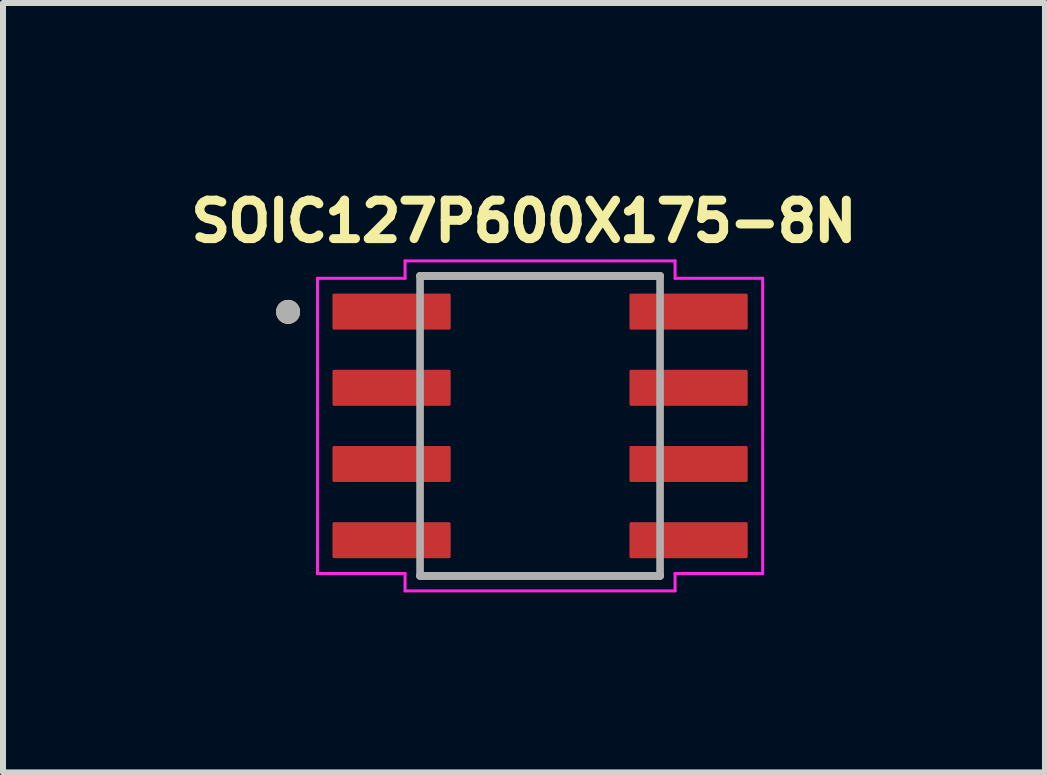
<source format=kicad_pcb>
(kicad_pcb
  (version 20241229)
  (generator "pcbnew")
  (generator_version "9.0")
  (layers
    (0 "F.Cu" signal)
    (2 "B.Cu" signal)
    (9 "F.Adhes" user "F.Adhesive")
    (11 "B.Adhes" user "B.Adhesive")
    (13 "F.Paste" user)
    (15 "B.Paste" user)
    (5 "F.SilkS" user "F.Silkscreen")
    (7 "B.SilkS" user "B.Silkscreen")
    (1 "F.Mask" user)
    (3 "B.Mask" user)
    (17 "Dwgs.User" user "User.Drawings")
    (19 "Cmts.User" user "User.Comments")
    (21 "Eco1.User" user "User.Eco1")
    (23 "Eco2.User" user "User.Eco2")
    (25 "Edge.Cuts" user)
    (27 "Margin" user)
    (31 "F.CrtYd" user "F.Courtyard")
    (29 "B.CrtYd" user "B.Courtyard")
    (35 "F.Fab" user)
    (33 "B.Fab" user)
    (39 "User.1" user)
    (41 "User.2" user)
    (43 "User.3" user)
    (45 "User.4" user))
  (footprint "SOIC127P600X175-8N"
    (layer "F.Cu")
    (at 5.951 4.048)
    (property "Reference" "SOIC127P600X175-8N" (at -0.268 -3.41 0) (layer "F.SilkS") (effects (font (size 0.641 0.641) (thickness 0.15))))
    (attr smd)
    (fp_line (start -2 -2.5) (end 2 -2.5) (stroke (width 0.127) (type solid)) (layer "F.SilkS"))
    (fp_line (start -2 2.5) (end 2 2.5) (stroke (width 0.127) (type solid)) (layer "F.SilkS"))
    (fp_circle (center -4.2 -1.9) (end -4.1 -1.9) (stroke (width 0.2) (type solid)) (fill no) (layer "F.SilkS"))
    (fp_line (start -3.71 -2.46) (end -2.25 -2.46) (stroke (width 0.05) (type solid)) (layer "F.CrtYd"))
    (fp_line (start -3.71 2.46) (end -3.71 -2.46) (stroke (width 0.05) (type solid)) (layer "F.CrtYd"))
    (fp_line (start -2.25 -2.75) (end 2.25 -2.75) (stroke (width 0.05) (type solid)) (layer "F.CrtYd"))
    (fp_line (start -2.25 -2.46) (end -2.25 -2.75) (stroke (width 0.05) (type solid)) (layer "F.CrtYd"))
    (fp_line (start -2.25 2.46) (end -3.71 2.46) (stroke (width 0.05) (type solid)) (layer "F.CrtYd"))
    (fp_line (start -2.25 2.75) (end -2.25 2.46) (stroke (width 0.05) (type solid)) (layer "F.CrtYd"))
    (fp_line (start 2.25 -2.75) (end 2.25 -2.46) (stroke (width 0.05) (type solid)) (layer "F.CrtYd"))
    (fp_line (start 2.25 -2.46) (end 3.71 -2.46) (stroke (width 0.05) (type solid)) (layer "F.CrtYd"))
    (fp_line (start 2.25 2.46) (end 2.25 2.75) (stroke (width 0.05) (type solid)) (layer "F.CrtYd"))
    (fp_line (start 2.25 2.75) (end -2.25 2.75) (stroke (width 0.05) (type solid)) (layer "F.CrtYd"))
    (fp_line (start 3.71 -2.46) (end 3.71 2.46) (stroke (width 0.05) (type solid)) (layer "F.CrtYd"))
    (fp_line (start 3.71 2.46) (end 2.25 2.46) (stroke (width 0.05) (type solid)) (layer "F.CrtYd"))
    (fp_line (start -2 -2.5) (end 2 -2.5) (stroke (width 0.127) (type solid)) (layer "F.Fab"))
    (fp_line (start -2 2.5) (end -2 -2.5) (stroke (width 0.127) (type solid)) (layer "F.Fab"))
    (fp_line (start 2 -2.5) (end 2 2.5) (stroke (width 0.127) (type solid)) (layer "F.Fab"))
    (fp_line (start 2 2.5) (end -2 2.5) (stroke (width 0.127) (type solid)) (layer "F.Fab"))
    (fp_circle (center -4.2 -1.9) (end -4.1 -1.9) (stroke (width 0.2) (type solid)) (fill no) (layer "F.Fab"))
    (pad "1" smd roundrect (at -2.475 -1.905) (size 1.97 0.6) (layers "F.Cu" "F.Mask" "F.Paste") (roundrect_rratio 0.04))
    (pad "2" smd roundrect (at -2.475 -0.635) (size 1.97 0.6) (layers "F.Cu" "F.Mask" "F.Paste") (roundrect_rratio 0.04))
    (pad "3" smd roundrect (at -2.475 0.635) (size 1.97 0.6) (layers "F.Cu" "F.Mask" "F.Paste") (roundrect_rratio 0.04))
    (pad "4" smd roundrect (at -2.475 1.905) (size 1.97 0.6) (layers "F.Cu" "F.Mask" "F.Paste") (roundrect_rratio 0.04))
    (pad "5" smd roundrect (at 2.475 1.905 180) (size 1.97 0.6) (layers "F.Cu" "F.Mask" "F.Paste") (roundrect_rratio 0.04))
    (pad "6" smd roundrect (at 2.475 0.635 180) (size 1.97 0.6) (layers "F.Cu" "F.Mask" "F.Paste") (roundrect_rratio 0.04))
    (pad "7" smd roundrect (at 2.475 -0.635 180) (size 1.97 0.6) (layers "F.Cu" "F.Mask" "F.Paste") (roundrect_rratio 0.04))
    (pad "8" smd roundrect (at 2.475 -1.905 180) (size 1.97 0.6) (layers "F.Cu" "F.Mask" "F.Paste") (roundrect_rratio 0.04)))
  (gr_rect
    (start -3 -3)
    (end 14.366 9.823)
    (stroke (width 0.1) (type default))
    (fill no)
    (layer "Edge.Cuts")))
</source>
